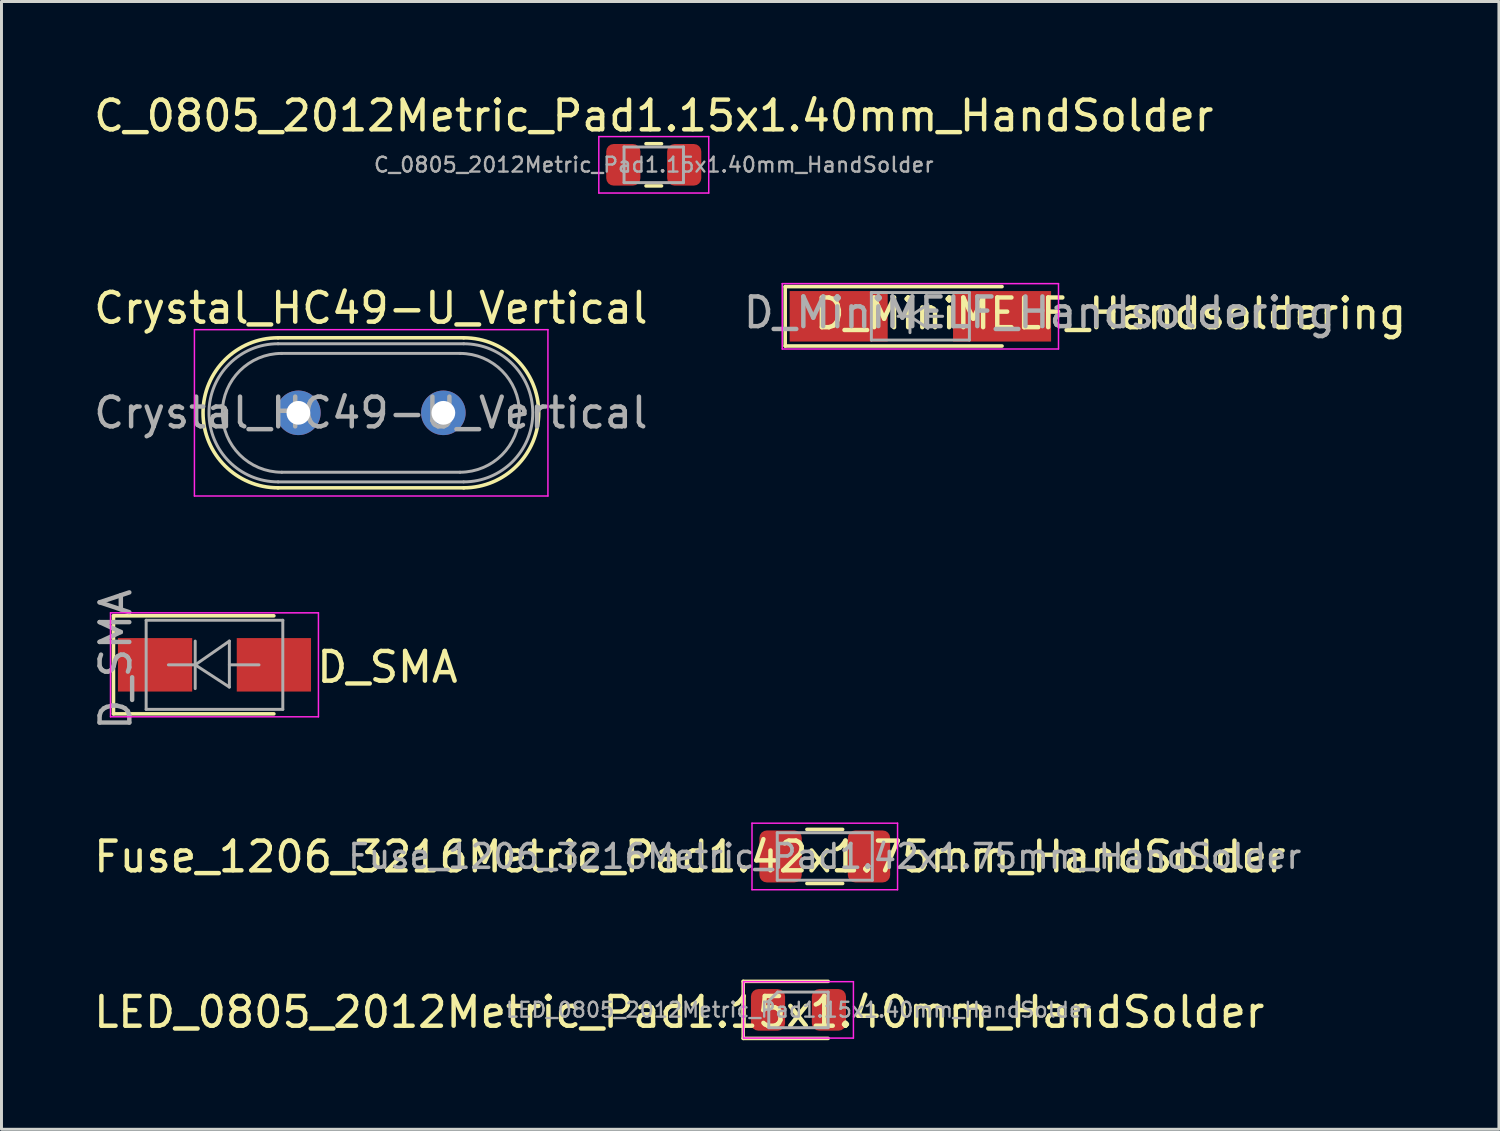
<source format=kicad_pcb>
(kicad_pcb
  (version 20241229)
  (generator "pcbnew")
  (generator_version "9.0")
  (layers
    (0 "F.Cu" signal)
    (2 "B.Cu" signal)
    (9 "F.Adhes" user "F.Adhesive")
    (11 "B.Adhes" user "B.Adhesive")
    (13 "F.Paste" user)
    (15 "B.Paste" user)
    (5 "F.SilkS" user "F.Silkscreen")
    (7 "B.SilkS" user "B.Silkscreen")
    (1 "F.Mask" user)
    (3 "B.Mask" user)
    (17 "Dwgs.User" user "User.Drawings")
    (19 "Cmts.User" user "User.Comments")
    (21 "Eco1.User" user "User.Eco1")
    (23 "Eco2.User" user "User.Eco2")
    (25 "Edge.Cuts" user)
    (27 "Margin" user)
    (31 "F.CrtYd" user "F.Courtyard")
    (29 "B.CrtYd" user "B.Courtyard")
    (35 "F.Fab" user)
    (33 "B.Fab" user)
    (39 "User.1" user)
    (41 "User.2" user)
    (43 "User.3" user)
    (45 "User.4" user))
  (footprint "Fuse_1206_3216Metric_Pad1.42x1.75mm_HandSolder"
    (layer "F.Cu")
    (at 24.715 25.781)
    (property "Reference" "Fuse_1206_3216Metric_Pad1.42x1.75mm_HandSolder" (at -4.542 0.011 180) (layer "F.SilkS") (effects (font (size 1 1) (thickness 0.15))))
    (attr smd)
    (fp_line (start -0.602 -0.91) (end 0.602 -0.91) (stroke (width 0.12) (type solid)) (layer "F.SilkS"))
    (fp_line (start -0.602 0.91) (end 0.602 0.91) (stroke (width 0.12) (type solid)) (layer "F.SilkS"))
    (fp_line (start -2.45 -1.12) (end 2.45 -1.12) (stroke (width 0.05) (type solid)) (layer "F.CrtYd"))
    (fp_line (start -2.45 1.12) (end -2.45 -1.12) (stroke (width 0.05) (type solid)) (layer "F.CrtYd"))
    (fp_line (start 2.45 -1.12) (end 2.45 1.12) (stroke (width 0.05) (type solid)) (layer "F.CrtYd"))
    (fp_line (start 2.45 1.12) (end -2.45 1.12) (stroke (width 0.05) (type solid)) (layer "F.CrtYd"))
    (fp_line (start -1.6 -0.8) (end 1.6 -0.8) (stroke (width 0.1) (type solid)) (layer "F.Fab"))
    (fp_line (start -1.6 0.8) (end -1.6 -0.8) (stroke (width 0.1) (type solid)) (layer "F.Fab"))
    (fp_line (start 1.6 -0.8) (end 1.6 0.8) (stroke (width 0.1) (type solid)) (layer "F.Fab"))
    (fp_line (start 1.6 0.8) (end -1.6 0.8) (stroke (width 0.1) (type solid)) (layer "F.Fab"))
    (fp_text user "${REFERENCE}" (at 0 0 180) (layer "F.Fab") (effects (font (size 0.8 0.8) (thickness 0.12))))
    (pad "1" smd roundrect (at -1.488 0) (size 1.425 1.75) (layers "F.Cu" "F.Mask" "F.Paste") (roundrect_rratio 0.175))
    (pad "2" smd roundrect (at 1.488 0) (size 1.425 1.75) (layers "F.Cu" "F.Mask" "F.Paste") (roundrect_rratio 0.175)))
  (footprint "D_SMA"
    (layer "F.Cu")
    (at 4.17 19.33)
    (property "Reference" "D_SMA" (at 5.822 0.078 180) (layer "F.SilkS") (effects (font (size 1 1) (thickness 0.15))))
    (attr smd)
    (fp_line (start -3.4 -1.65) (end -3.4 1.65) (stroke (width 0.12) (type solid)) (layer "F.SilkS"))
    (fp_line (start -3.4 -1.65) (end 2 -1.65) (stroke (width 0.12) (type solid)) (layer "F.SilkS"))
    (fp_line (start -3.4 1.65) (end 2 1.65) (stroke (width 0.12) (type solid)) (layer "F.SilkS"))
    (fp_line (start -3.5 -1.75) (end 3.5 -1.75) (stroke (width 0.05) (type solid)) (layer "F.CrtYd"))
    (fp_line (start -3.5 1.75) (end -3.5 -1.75) (stroke (width 0.05) (type solid)) (layer "F.CrtYd"))
    (fp_line (start 3.5 -1.75) (end 3.5 1.75) (stroke (width 0.05) (type solid)) (layer "F.CrtYd"))
    (fp_line (start 3.5 1.75) (end -3.5 1.75) (stroke (width 0.05) (type solid)) (layer "F.CrtYd"))
    (fp_line (start -2.3 1.5) (end -2.3 -1.5) (stroke (width 0.1) (type solid)) (layer "F.Fab"))
    (fp_line (start -0.649 -0.799) (end -0.649 0.801) (stroke (width 0.1) (type solid)) (layer "F.Fab"))
    (fp_line (start -0.649 0.001) (end -1.551 0.001) (stroke (width 0.1) (type solid)) (layer "F.Fab"))
    (fp_line (start -0.649 0.001) (end 0.501 -0.799) (stroke (width 0.1) (type solid)) (layer "F.Fab"))
    (fp_line (start -0.649 0.001) (end 0.501 0.75) (stroke (width 0.1) (type solid)) (layer "F.Fab"))
    (fp_line (start 0.501 0.001) (end 1.499 0.001) (stroke (width 0.1) (type solid)) (layer "F.Fab"))
    (fp_line (start 0.501 0.75) (end 0.501 -0.799) (stroke (width 0.1) (type solid)) (layer "F.Fab"))
    (fp_line (start 2.3 -1.5) (end -2.3 -1.5) (stroke (width 0.1) (type solid)) (layer "F.Fab"))
    (fp_line (start 2.3 -1.5) (end 2.3 1.5) (stroke (width 0.1) (type solid)) (layer "F.Fab"))
    (fp_line (start 2.3 1.5) (end -2.3 1.5) (stroke (width 0.1) (type solid)) (layer "F.Fab"))
    (fp_text user "${REFERENCE}" (at -3.322 -0.176 90) (layer "F.Fab") (effects (font (size 1 1) (thickness 0.15))))
    (pad "1" smd rect (at -2 0) (size 2.5 1.8) (layers "F.Cu" "F.Mask" "F.Paste"))
    (pad "2" smd rect (at 2 0) (size 2.5 1.8) (layers "F.Cu" "F.Mask" "F.Paste")))
  (footprint "Crystal_HC49-U_Vertical"
    (layer "F.Cu")
    (at 6.995 10.847)
    (property "Reference" "Crystal_HC49-U_Vertical" (at 2.44 -3.525 0) (layer "F.SilkS") (effects (font (size 1 1) (thickness 0.15))))
    (attr through_hole)
    (fp_line (start -0.685 -2.525) (end 5.565 -2.525) (stroke (width 0.12) (type solid)) (layer "F.SilkS"))
    (fp_line (start -0.685 2.525) (end 5.565 2.525) (stroke (width 0.12) (type solid)) (layer "F.SilkS"))
    (fp_arc (start -0.685 2.525) (mid -3.21 0) (end -0.685 -2.525) (stroke (width 0.12) (type solid)) (layer "F.SilkS"))
    (fp_arc (start 5.565 -2.525) (mid 8.09 0) (end 5.565 2.525) (stroke (width 0.12) (type solid)) (layer "F.SilkS"))
    (fp_line (start -3.5 -2.8) (end -3.5 2.8) (stroke (width 0.05) (type solid)) (layer "F.CrtYd"))
    (fp_line (start -3.5 2.8) (end 8.4 2.8) (stroke (width 0.05) (type solid)) (layer "F.CrtYd"))
    (fp_line (start 8.4 -2.8) (end -3.5 -2.8) (stroke (width 0.05) (type solid)) (layer "F.CrtYd"))
    (fp_line (start 8.4 2.8) (end 8.4 -2.8) (stroke (width 0.05) (type solid)) (layer "F.CrtYd"))
    (fp_line (start -0.685 -2.325) (end 5.565 -2.325) (stroke (width 0.1) (type solid)) (layer "F.Fab"))
    (fp_line (start -0.685 2.325) (end 5.565 2.325) (stroke (width 0.1) (type solid)) (layer "F.Fab"))
    (fp_line (start -0.56 -2) (end 5.44 -2) (stroke (width 0.1) (type solid)) (layer "F.Fab"))
    (fp_line (start -0.56 2) (end 5.44 2) (stroke (width 0.1) (type solid)) (layer "F.Fab"))
    (fp_arc (start -0.685 2.325) (mid -3.01 0) (end -0.685 -2.325) (stroke (width 0.1) (type solid)) (layer "F.Fab"))
    (fp_arc (start -0.56 2) (mid -2.56 0) (end -0.56 -2) (stroke (width 0.1) (type solid)) (layer "F.Fab"))
    (fp_arc (start 5.44 -2) (mid 7.44 0) (end 5.44 2) (stroke (width 0.1) (type solid)) (layer "F.Fab"))
    (fp_arc (start 5.565 -2.325) (mid 7.89 0) (end 5.565 2.325) (stroke (width 0.1) (type solid)) (layer "F.Fab"))
    (fp_text user "${REFERENCE}" (at 2.44 0 0) (layer "F.Fab") (effects (font (size 1 1) (thickness 0.15))))
    (pad "1" thru_hole circle (at 0 0) (size 1.5 1.5) (drill 0.8) (layers "*.Cu" "*.Mask"))
    (pad "2" thru_hole circle (at 4.88 0) (size 1.5 1.5) (drill 0.8) (layers "*.Cu" "*.Mask")))
  (footprint "C_0805_2012Metric_Pad1.15x1.40mm_HandSolder"
    (layer "F.Cu")
    (at 18.958 2.498)
    (property "Reference" "C_0805_2012Metric_Pad1.15x1.40mm_HandSolder" (at 0 -1.65 0) (layer "F.SilkS") (effects (font (size 1 1) (thickness 0.15))))
    (attr smd)
    (fp_line (start -0.261 -0.71) (end 0.261 -0.71) (stroke (width 0.12) (type solid)) (layer "F.SilkS"))
    (fp_line (start -0.261 0.71) (end 0.261 0.71) (stroke (width 0.12) (type solid)) (layer "F.SilkS"))
    (fp_line (start -1.85 -0.95) (end 1.85 -0.95) (stroke (width 0.05) (type solid)) (layer "F.CrtYd"))
    (fp_line (start -1.85 0.95) (end -1.85 -0.95) (stroke (width 0.05) (type solid)) (layer "F.CrtYd"))
    (fp_line (start 1.85 -0.95) (end 1.85 0.95) (stroke (width 0.05) (type solid)) (layer "F.CrtYd"))
    (fp_line (start 1.85 0.95) (end -1.85 0.95) (stroke (width 0.05) (type solid)) (layer "F.CrtYd"))
    (fp_line (start -1 -0.6) (end 1 -0.6) (stroke (width 0.1) (type solid)) (layer "F.Fab"))
    (fp_line (start -1 0.6) (end -1 -0.6) (stroke (width 0.1) (type solid)) (layer "F.Fab"))
    (fp_line (start 1 -0.6) (end 1 0.6) (stroke (width 0.1) (type solid)) (layer "F.Fab"))
    (fp_line (start 1 0.6) (end -1 0.6) (stroke (width 0.1) (type solid)) (layer "F.Fab"))
    (fp_text user "${REFERENCE}" (at 0 0 0) (layer "F.Fab") (effects (font (size 0.5 0.5) (thickness 0.08))))
    (pad "1" smd roundrect (at -1.025 0) (size 1.15 1.4) (layers "F.Cu" "F.Mask" "F.Paste") (roundrect_rratio 0.217))
    (pad "2" smd roundrect (at 1.025 0) (size 1.15 1.4) (layers "F.Cu" "F.Mask" "F.Paste") (roundrect_rratio 0.217)))
  (footprint "D_MiniMELF_Handsoldering"
    (layer "F.Cu")
    (at 27.933 7.598)
    (property "Reference" "D_MiniMELF_Handsoldering" (at 6.398 -0.089 0) (layer "F.SilkS") (effects (font (size 1 1) (thickness 0.15))))
    (attr smd)
    (fp_line (start -4.55 -1) (end -4.55 1) (stroke (width 0.12) (type solid)) (layer "F.SilkS"))
    (fp_line (start -4.55 1) (end 2.75 1) (stroke (width 0.12) (type solid)) (layer "F.SilkS"))
    (fp_line (start 2.75 -1) (end -4.55 -1) (stroke (width 0.12) (type solid)) (layer "F.SilkS"))
    (fp_line (start -4.65 -1.1) (end 4.65 -1.1) (stroke (width 0.05) (type solid)) (layer "F.CrtYd"))
    (fp_line (start -4.65 1.1) (end -4.65 -1.1) (stroke (width 0.05) (type solid)) (layer "F.CrtYd"))
    (fp_line (start 4.65 -1.1) (end 4.65 1.1) (stroke (width 0.05) (type solid)) (layer "F.CrtYd"))
    (fp_line (start 4.65 1.1) (end -4.65 1.1) (stroke (width 0.05) (type solid)) (layer "F.CrtYd"))
    (fp_line (start -1.65 -0.8) (end 1.65 -0.8) (stroke (width 0.1) (type solid)) (layer "F.Fab"))
    (fp_line (start -1.65 0.8) (end -1.65 -0.8) (stroke (width 0.1) (type solid)) (layer "F.Fab"))
    (fp_line (start -0.75 0) (end -0.35 0) (stroke (width 0.1) (type solid)) (layer "F.Fab"))
    (fp_line (start -0.35 0) (end -0.35 -0.55) (stroke (width 0.1) (type solid)) (layer "F.Fab"))
    (fp_line (start -0.35 0) (end -0.35 0.55) (stroke (width 0.1) (type solid)) (layer "F.Fab"))
    (fp_line (start -0.35 0) (end 0.25 -0.4) (stroke (width 0.1) (type solid)) (layer "F.Fab"))
    (fp_line (start 0.25 -0.4) (end 0.25 0.4) (stroke (width 0.1) (type solid)) (layer "F.Fab"))
    (fp_line (start 0.25 0) (end 0.75 0) (stroke (width 0.1) (type solid)) (layer "F.Fab"))
    (fp_line (start 0.25 0.4) (end -0.35 0) (stroke (width 0.1) (type solid)) (layer "F.Fab"))
    (fp_line (start 1.65 -0.8) (end 1.65 0.8) (stroke (width 0.1) (type solid)) (layer "F.Fab"))
    (fp_line (start 1.65 0.8) (end -1.65 0.8) (stroke (width 0.1) (type solid)) (layer "F.Fab"))
    (fp_text user "${REFERENCE}" (at 4.013 -0.124 0) (layer "F.Fab") (effects (font (size 1 1) (thickness 0.15))))
    (pad "1" smd rect (at -2.75 0) (size 3.3 1.7) (layers "F.Cu" "F.Mask" "F.Paste"))
    (pad "2" smd rect (at 2.75 0) (size 3.3 1.7) (layers "F.Cu" "F.Mask" "F.Paste")))
  (footprint "LED_0805_2012Metric_Pad1.15x1.40mm_HandSolder"
    (layer "F.Cu")
    (at 23.829 30.946)
    (property "Reference" "LED_0805_2012Metric_Pad1.15x1.40mm_HandSolder" (at -4.013 0.077 180) (layer "F.SilkS") (effects (font (size 1 1) (thickness 0.15))))
    (attr smd)
    (fp_line (start -1.86 -0.96) (end -1.86 0.96) (stroke (width 0.12) (type solid)) (layer "F.SilkS"))
    (fp_line (start -1.86 0.96) (end 1 0.96) (stroke (width 0.12) (type solid)) (layer "F.SilkS"))
    (fp_line (start 1 -0.96) (end -1.86 -0.96) (stroke (width 0.12) (type solid)) (layer "F.SilkS"))
    (fp_line (start -1.85 -0.95) (end 1.85 -0.95) (stroke (width 0.05) (type solid)) (layer "F.CrtYd"))
    (fp_line (start -1.85 0.95) (end -1.85 -0.95) (stroke (width 0.05) (type solid)) (layer "F.CrtYd"))
    (fp_line (start 1.85 -0.95) (end 1.85 0.95) (stroke (width 0.05) (type solid)) (layer "F.CrtYd"))
    (fp_line (start 1.85 0.95) (end -1.85 0.95) (stroke (width 0.05) (type solid)) (layer "F.CrtYd"))
    (fp_line (start -1 -0.3) (end -1 0.6) (stroke (width 0.1) (type solid)) (layer "F.Fab"))
    (fp_line (start -1 0.6) (end 1 0.6) (stroke (width 0.1) (type solid)) (layer "F.Fab"))
    (fp_line (start -0.7 -0.6) (end -1 -0.3) (stroke (width 0.1) (type solid)) (layer "F.Fab"))
    (fp_line (start 1 -0.6) (end -0.7 -0.6) (stroke (width 0.1) (type solid)) (layer "F.Fab"))
    (fp_line (start 1 0.6) (end 1 -0.6) (stroke (width 0.1) (type solid)) (layer "F.Fab"))
    (fp_text user "${REFERENCE}" (at 0 0 180) (layer "F.Fab") (effects (font (size 0.5 0.5) (thickness 0.08))))
    (pad "1" smd roundrect (at -1.025 0) (size 1.15 1.4) (layers "F.Cu" "F.Mask" "F.Paste") (roundrect_rratio 0.217))
    (pad "2" smd roundrect (at 1.025 0) (size 1.15 1.4) (layers "F.Cu" "F.Mask" "F.Paste") (roundrect_rratio 0.217)))
  (gr_rect
    (start -3 -3)
    (end 47.409 34.966)
    (stroke (width 0.1) (type default))
    (fill no)
    (layer "Edge.Cuts")))
</source>
